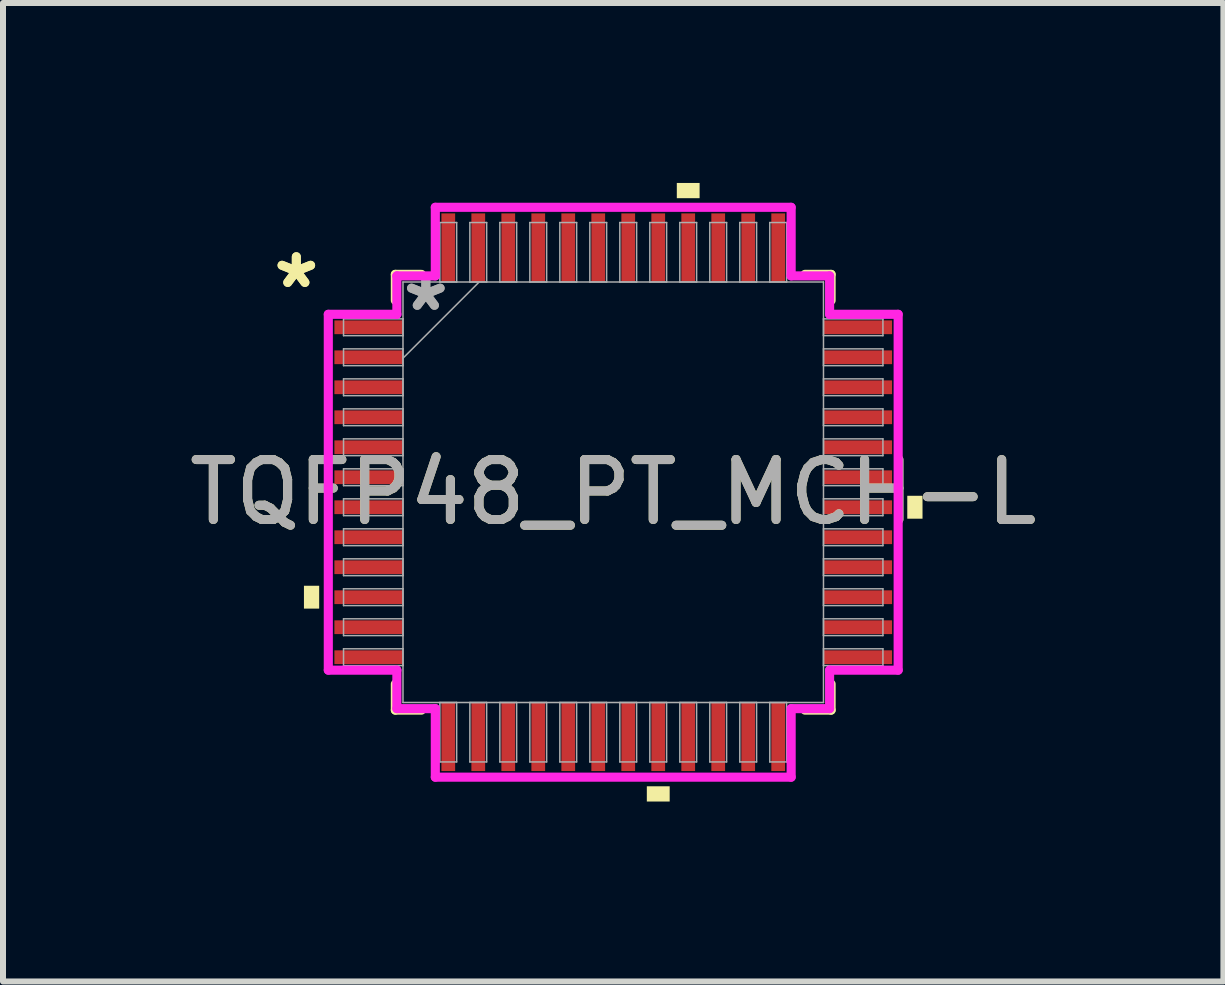
<source format=kicad_pcb>
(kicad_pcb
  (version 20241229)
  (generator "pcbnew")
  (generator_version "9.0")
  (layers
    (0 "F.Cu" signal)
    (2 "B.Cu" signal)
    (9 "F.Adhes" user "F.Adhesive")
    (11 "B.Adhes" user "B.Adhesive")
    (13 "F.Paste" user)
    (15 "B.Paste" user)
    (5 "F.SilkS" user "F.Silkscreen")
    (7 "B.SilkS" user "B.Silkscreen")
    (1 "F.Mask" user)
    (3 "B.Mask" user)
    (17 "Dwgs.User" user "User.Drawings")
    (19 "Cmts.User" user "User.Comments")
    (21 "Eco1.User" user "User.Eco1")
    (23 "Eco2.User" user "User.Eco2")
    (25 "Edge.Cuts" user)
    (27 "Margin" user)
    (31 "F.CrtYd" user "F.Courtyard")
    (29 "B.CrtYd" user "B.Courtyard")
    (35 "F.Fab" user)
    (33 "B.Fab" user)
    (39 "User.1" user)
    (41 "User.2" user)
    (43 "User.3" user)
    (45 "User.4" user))
  (footprint "TQFP48_PT_MCH-L"
    (layer "F.Cu")
    (at 7.173 5.156)
    (property "Reference" "TQFP48_PT_MCH-L" (at 0 0 0) (unlocked yes) (layer "F.SilkS") (effects (font (size 1 1) (thickness 0.15))))
    (attr smd)
    (fp_line (start -3.632 -3.632) (end -3.632 -3.197) (stroke (width 0.152) (type solid)) (layer "F.SilkS"))
    (fp_line (start -3.632 3.197) (end -3.632 3.632) (stroke (width 0.152) (type solid)) (layer "F.SilkS"))
    (fp_line (start -3.632 3.632) (end -3.197 3.632) (stroke (width 0.152) (type solid)) (layer "F.SilkS"))
    (fp_line (start -3.197 -3.632) (end -3.632 -3.632) (stroke (width 0.152) (type solid)) (layer "F.SilkS"))
    (fp_line (start 3.197 3.632) (end 3.632 3.632) (stroke (width 0.152) (type solid)) (layer "F.SilkS"))
    (fp_line (start 3.632 -3.632) (end 3.197 -3.632) (stroke (width 0.152) (type solid)) (layer "F.SilkS"))
    (fp_line (start 3.632 -3.197) (end 3.632 -3.632) (stroke (width 0.152) (type solid)) (layer "F.SilkS"))
    (fp_line (start 3.632 3.632) (end 3.632 3.197) (stroke (width 0.152) (type solid)) (layer "F.SilkS"))
    (fp_poly (pts (xy -5.156 1.559) (xy -5.156 1.94) (xy -4.902 1.94) (xy -4.902 1.559)) (stroke (width 0) (type solid)) (fill yes) (layer "F.SilkS"))
    (fp_poly (pts (xy 0.56 4.902) (xy 0.56 5.156) (xy 0.941 5.156) (xy 0.941 4.902)) (stroke (width 0) (type solid)) (fill yes) (layer "F.SilkS"))
    (fp_poly (pts (xy 1.06 -4.902) (xy 1.06 -5.156) (xy 1.44 -5.156) (xy 1.44 -4.902)) (stroke (width 0) (type solid)) (fill yes) (layer "F.SilkS"))
    (fp_poly (pts (xy 5.156 0.059) (xy 5.156 0.441) (xy 4.902 0.441) (xy 4.902 0.059)) (stroke (width 0) (type solid)) (fill yes) (layer "F.SilkS"))
    (fp_line (start -4.75 -2.966) (end -3.607 -2.966) (stroke (width 0.152) (type solid)) (layer "F.CrtYd"))
    (fp_line (start -4.75 2.966) (end -4.75 -2.966) (stroke (width 0.152) (type solid)) (layer "F.CrtYd"))
    (fp_line (start -3.607 -3.607) (end -2.966 -3.607) (stroke (width 0.152) (type solid)) (layer "F.CrtYd"))
    (fp_line (start -3.607 -2.966) (end -3.607 -3.607) (stroke (width 0.152) (type solid)) (layer "F.CrtYd"))
    (fp_line (start -3.607 2.966) (end -4.75 2.966) (stroke (width 0.152) (type solid)) (layer "F.CrtYd"))
    (fp_line (start -3.607 3.607) (end -3.607 2.966) (stroke (width 0.152) (type solid)) (layer "F.CrtYd"))
    (fp_line (start -3.607 3.607) (end -2.966 3.607) (stroke (width 0.152) (type solid)) (layer "F.CrtYd"))
    (fp_line (start -2.966 -4.75) (end 2.966 -4.75) (stroke (width 0.152) (type solid)) (layer "F.CrtYd"))
    (fp_line (start -2.966 -3.607) (end -2.966 -4.75) (stroke (width 0.152) (type solid)) (layer "F.CrtYd"))
    (fp_line (start -2.966 3.607) (end -2.966 4.75) (stroke (width 0.152) (type solid)) (layer "F.CrtYd"))
    (fp_line (start -2.966 4.75) (end 2.966 4.75) (stroke (width 0.152) (type solid)) (layer "F.CrtYd"))
    (fp_line (start 2.966 -4.75) (end 2.966 -3.607) (stroke (width 0.152) (type solid)) (layer "F.CrtYd"))
    (fp_line (start 2.966 -3.607) (end 3.607 -3.607) (stroke (width 0.152) (type solid)) (layer "F.CrtYd"))
    (fp_line (start 2.966 3.607) (end 3.607 3.607) (stroke (width 0.152) (type solid)) (layer "F.CrtYd"))
    (fp_line (start 2.966 4.75) (end 2.966 3.607) (stroke (width 0.152) (type solid)) (layer "F.CrtYd"))
    (fp_line (start 3.607 -2.966) (end 3.607 -3.607) (stroke (width 0.152) (type solid)) (layer "F.CrtYd"))
    (fp_line (start 3.607 2.966) (end 4.75 2.966) (stroke (width 0.152) (type solid)) (layer "F.CrtYd"))
    (fp_line (start 3.607 3.607) (end 3.607 2.966) (stroke (width 0.152) (type solid)) (layer "F.CrtYd"))
    (fp_line (start 4.75 -2.966) (end 3.607 -2.966) (stroke (width 0.152) (type solid)) (layer "F.CrtYd"))
    (fp_line (start 4.75 2.966) (end 4.75 -2.966) (stroke (width 0.152) (type solid)) (layer "F.CrtYd"))
    (fp_line (start -4.496 -2.89) (end -4.496 -2.61) (stroke (width 0.025) (type solid)) (layer "F.Fab"))
    (fp_line (start -4.496 -2.61) (end -3.505 -2.61) (stroke (width 0.025) (type solid)) (layer "F.Fab"))
    (fp_line (start -4.496 -2.39) (end -4.496 -2.11) (stroke (width 0.025) (type solid)) (layer "F.Fab"))
    (fp_line (start -4.496 -2.11) (end -3.505 -2.11) (stroke (width 0.025) (type solid)) (layer "F.Fab"))
    (fp_line (start -4.496 -1.89) (end -4.496 -1.61) (stroke (width 0.025) (type solid)) (layer "F.Fab"))
    (fp_line (start -4.496 -1.61) (end -3.505 -1.61) (stroke (width 0.025) (type solid)) (layer "F.Fab"))
    (fp_line (start -4.496 -1.39) (end -4.496 -1.11) (stroke (width 0.025) (type solid)) (layer "F.Fab"))
    (fp_line (start -4.496 -1.11) (end -3.505 -1.11) (stroke (width 0.025) (type solid)) (layer "F.Fab"))
    (fp_line (start -4.496 -0.89) (end -4.496 -0.61) (stroke (width 0.025) (type solid)) (layer "F.Fab"))
    (fp_line (start -4.496 -0.61) (end -3.505 -0.61) (stroke (width 0.025) (type solid)) (layer "F.Fab"))
    (fp_line (start -4.496 -0.39) (end -4.496 -0.11) (stroke (width 0.025) (type solid)) (layer "F.Fab"))
    (fp_line (start -4.496 -0.11) (end -3.505 -0.11) (stroke (width 0.025) (type solid)) (layer "F.Fab"))
    (fp_line (start -4.496 0.11) (end -4.496 0.39) (stroke (width 0.025) (type solid)) (layer "F.Fab"))
    (fp_line (start -4.496 0.39) (end -3.505 0.39) (stroke (width 0.025) (type solid)) (layer "F.Fab"))
    (fp_line (start -4.496 0.61) (end -4.496 0.89) (stroke (width 0.025) (type solid)) (layer "F.Fab"))
    (fp_line (start -4.496 0.89) (end -3.505 0.89) (stroke (width 0.025) (type solid)) (layer "F.Fab"))
    (fp_line (start -4.496 1.11) (end -4.496 1.39) (stroke (width 0.025) (type solid)) (layer "F.Fab"))
    (fp_line (start -4.496 1.39) (end -3.505 1.39) (stroke (width 0.025) (type solid)) (layer "F.Fab"))
    (fp_line (start -4.496 1.61) (end -4.496 1.89) (stroke (width 0.025) (type solid)) (layer "F.Fab"))
    (fp_line (start -4.496 1.89) (end -3.505 1.89) (stroke (width 0.025) (type solid)) (layer "F.Fab"))
    (fp_line (start -4.496 2.11) (end -4.496 2.39) (stroke (width 0.025) (type solid)) (layer "F.Fab"))
    (fp_line (start -4.496 2.39) (end -3.505 2.39) (stroke (width 0.025) (type solid)) (layer "F.Fab"))
    (fp_line (start -4.496 2.61) (end -4.496 2.89) (stroke (width 0.025) (type solid)) (layer "F.Fab"))
    (fp_line (start -4.496 2.89) (end -3.505 2.89) (stroke (width 0.025) (type solid)) (layer "F.Fab"))
    (fp_line (start -3.505 -3.505) (end -3.505 3.505) (stroke (width 0.025) (type solid)) (layer "F.Fab"))
    (fp_line (start -3.505 -2.89) (end -4.496 -2.89) (stroke (width 0.025) (type solid)) (layer "F.Fab"))
    (fp_line (start -3.505 -2.61) (end -3.505 -2.89) (stroke (width 0.025) (type solid)) (layer "F.Fab"))
    (fp_line (start -3.505 -2.39) (end -4.496 -2.39) (stroke (width 0.025) (type solid)) (layer "F.Fab"))
    (fp_line (start -3.505 -2.235) (end -2.235 -3.505) (stroke (width 0.025) (type solid)) (layer "F.Fab"))
    (fp_line (start -3.505 -2.11) (end -3.505 -2.39) (stroke (width 0.025) (type solid)) (layer "F.Fab"))
    (fp_line (start -3.505 -1.89) (end -4.496 -1.89) (stroke (width 0.025) (type solid)) (layer "F.Fab"))
    (fp_line (start -3.505 -1.61) (end -3.505 -1.89) (stroke (width 0.025) (type solid)) (layer "F.Fab"))
    (fp_line (start -3.505 -1.39) (end -4.496 -1.39) (stroke (width 0.025) (type solid)) (layer "F.Fab"))
    (fp_line (start -3.505 -1.11) (end -3.505 -1.39) (stroke (width 0.025) (type solid)) (layer "F.Fab"))
    (fp_line (start -3.505 -0.89) (end -4.496 -0.89) (stroke (width 0.025) (type solid)) (layer "F.Fab"))
    (fp_line (start -3.505 -0.61) (end -3.505 -0.89) (stroke (width 0.025) (type solid)) (layer "F.Fab"))
    (fp_line (start -3.505 -0.39) (end -4.496 -0.39) (stroke (width 0.025) (type solid)) (layer "F.Fab"))
    (fp_line (start -3.505 -0.11) (end -3.505 -0.39) (stroke (width 0.025) (type solid)) (layer "F.Fab"))
    (fp_line (start -3.505 0.11) (end -4.496 0.11) (stroke (width 0.025) (type solid)) (layer "F.Fab"))
    (fp_line (start -3.505 0.39) (end -3.505 0.11) (stroke (width 0.025) (type solid)) (layer "F.Fab"))
    (fp_line (start -3.505 0.61) (end -4.496 0.61) (stroke (width 0.025) (type solid)) (layer "F.Fab"))
    (fp_line (start -3.505 0.89) (end -3.505 0.61) (stroke (width 0.025) (type solid)) (layer "F.Fab"))
    (fp_line (start -3.505 1.11) (end -4.496 1.11) (stroke (width 0.025) (type solid)) (layer "F.Fab"))
    (fp_line (start -3.505 1.39) (end -3.505 1.11) (stroke (width 0.025) (type solid)) (layer "F.Fab"))
    (fp_line (start -3.505 1.61) (end -4.496 1.61) (stroke (width 0.025) (type solid)) (layer "F.Fab"))
    (fp_line (start -3.505 1.89) (end -3.505 1.61) (stroke (width 0.025) (type solid)) (layer "F.Fab"))
    (fp_line (start -3.505 2.11) (end -4.496 2.11) (stroke (width 0.025) (type solid)) (layer "F.Fab"))
    (fp_line (start -3.505 2.39) (end -3.505 2.11) (stroke (width 0.025) (type solid)) (layer "F.Fab"))
    (fp_line (start -3.505 2.61) (end -4.496 2.61) (stroke (width 0.025) (type solid)) (layer "F.Fab"))
    (fp_line (start -3.505 2.89) (end -3.505 2.61) (stroke (width 0.025) (type solid)) (layer "F.Fab"))
    (fp_line (start -3.505 3.505) (end 3.505 3.505) (stroke (width 0.025) (type solid)) (layer "F.Fab"))
    (fp_line (start -2.89 -4.496) (end -2.89 -3.505) (stroke (width 0.025) (type solid)) (layer "F.Fab"))
    (fp_line (start -2.89 -3.505) (end -2.61 -3.505) (stroke (width 0.025) (type solid)) (layer "F.Fab"))
    (fp_line (start -2.89 3.505) (end -2.89 4.496) (stroke (width 0.025) (type solid)) (layer "F.Fab"))
    (fp_line (start -2.89 4.496) (end -2.61 4.496) (stroke (width 0.025) (type solid)) (layer "F.Fab"))
    (fp_line (start -2.61 -4.496) (end -2.89 -4.496) (stroke (width 0.025) (type solid)) (layer "F.Fab"))
    (fp_line (start -2.61 -3.505) (end -2.61 -4.496) (stroke (width 0.025) (type solid)) (layer "F.Fab"))
    (fp_line (start -2.61 3.505) (end -2.89 3.505) (stroke (width 0.025) (type solid)) (layer "F.Fab"))
    (fp_line (start -2.61 4.496) (end -2.61 3.505) (stroke (width 0.025) (type solid)) (layer "F.Fab"))
    (fp_line (start -2.39 -4.496) (end -2.39 -3.505) (stroke (width 0.025) (type solid)) (layer "F.Fab"))
    (fp_line (start -2.39 -3.505) (end -2.11 -3.505) (stroke (width 0.025) (type solid)) (layer "F.Fab"))
    (fp_line (start -2.39 3.505) (end -2.39 4.496) (stroke (width 0.025) (type solid)) (layer "F.Fab"))
    (fp_line (start -2.39 4.496) (end -2.11 4.496) (stroke (width 0.025) (type solid)) (layer "F.Fab"))
    (fp_line (start -2.11 -4.496) (end -2.39 -4.496) (stroke (width 0.025) (type solid)) (layer "F.Fab"))
    (fp_line (start -2.11 -3.505) (end -2.11 -4.496) (stroke (width 0.025) (type solid)) (layer "F.Fab"))
    (fp_line (start -2.11 3.505) (end -2.39 3.505) (stroke (width 0.025) (type solid)) (layer "F.Fab"))
    (fp_line (start -2.11 4.496) (end -2.11 3.505) (stroke (width 0.025) (type solid)) (layer "F.Fab"))
    (fp_line (start -1.89 -4.496) (end -1.89 -3.505) (stroke (width 0.025) (type solid)) (layer "F.Fab"))
    (fp_line (start -1.89 -3.505) (end -1.61 -3.505) (stroke (width 0.025) (type solid)) (layer "F.Fab"))
    (fp_line (start -1.89 3.505) (end -1.89 4.496) (stroke (width 0.025) (type solid)) (layer "F.Fab"))
    (fp_line (start -1.89 4.496) (end -1.61 4.496) (stroke (width 0.025) (type solid)) (layer "F.Fab"))
    (fp_line (start -1.61 -4.496) (end -1.89 -4.496) (stroke (width 0.025) (type solid)) (layer "F.Fab"))
    (fp_line (start -1.61 -3.505) (end -1.61 -4.496) (stroke (width 0.025) (type solid)) (layer "F.Fab"))
    (fp_line (start -1.61 3.505) (end -1.89 3.505) (stroke (width 0.025) (type solid)) (layer "F.Fab"))
    (fp_line (start -1.61 4.496) (end -1.61 3.505) (stroke (width 0.025) (type solid)) (layer "F.Fab"))
    (fp_line (start -1.39 -4.496) (end -1.39 -3.505) (stroke (width 0.025) (type solid)) (layer "F.Fab"))
    (fp_line (start -1.39 -3.505) (end -1.11 -3.505) (stroke (width 0.025) (type solid)) (layer "F.Fab"))
    (fp_line (start -1.39 3.505) (end -1.39 4.496) (stroke (width 0.025) (type solid)) (layer "F.Fab"))
    (fp_line (start -1.39 4.496) (end -1.11 4.496) (stroke (width 0.025) (type solid)) (layer "F.Fab"))
    (fp_line (start -1.11 -4.496) (end -1.39 -4.496) (stroke (width 0.025) (type solid)) (layer "F.Fab"))
    (fp_line (start -1.11 -3.505) (end -1.11 -4.496) (stroke (width 0.025) (type solid)) (layer "F.Fab"))
    (fp_line (start -1.11 3.505) (end -1.39 3.505) (stroke (width 0.025) (type solid)) (layer "F.Fab"))
    (fp_line (start -1.11 4.496) (end -1.11 3.505) (stroke (width 0.025) (type solid)) (layer "F.Fab"))
    (fp_line (start -0.89 -4.496) (end -0.89 -3.505) (stroke (width 0.025) (type solid)) (layer "F.Fab"))
    (fp_line (start -0.89 -3.505) (end -0.61 -3.505) (stroke (width 0.025) (type solid)) (layer "F.Fab"))
    (fp_line (start -0.89 3.505) (end -0.89 4.496) (stroke (width 0.025) (type solid)) (layer "F.Fab"))
    (fp_line (start -0.89 4.496) (end -0.61 4.496) (stroke (width 0.025) (type solid)) (layer "F.Fab"))
    (fp_line (start -0.61 -4.496) (end -0.89 -4.496) (stroke (width 0.025) (type solid)) (layer "F.Fab"))
    (fp_line (start -0.61 -3.505) (end -0.61 -4.496) (stroke (width 0.025) (type solid)) (layer "F.Fab"))
    (fp_line (start -0.61 3.505) (end -0.89 3.505) (stroke (width 0.025) (type solid)) (layer "F.Fab"))
    (fp_line (start -0.61 4.496) (end -0.61 3.505) (stroke (width 0.025) (type solid)) (layer "F.Fab"))
    (fp_line (start -0.39 -4.496) (end -0.39 -3.505) (stroke (width 0.025) (type solid)) (layer "F.Fab"))
    (fp_line (start -0.39 -3.505) (end -0.11 -3.505) (stroke (width 0.025) (type solid)) (layer "F.Fab"))
    (fp_line (start -0.39 3.505) (end -0.39 4.496) (stroke (width 0.025) (type solid)) (layer "F.Fab"))
    (fp_line (start -0.39 4.496) (end -0.11 4.496) (stroke (width 0.025) (type solid)) (layer "F.Fab"))
    (fp_line (start -0.11 -4.496) (end -0.39 -4.496) (stroke (width 0.025) (type solid)) (layer "F.Fab"))
    (fp_line (start -0.11 -3.505) (end -0.11 -4.496) (stroke (width 0.025) (type solid)) (layer "F.Fab"))
    (fp_line (start -0.11 3.505) (end -0.39 3.505) (stroke (width 0.025) (type solid)) (layer "F.Fab"))
    (fp_line (start -0.11 4.496) (end -0.11 3.505) (stroke (width 0.025) (type solid)) (layer "F.Fab"))
    (fp_line (start 0.11 -4.496) (end 0.11 -3.505) (stroke (width 0.025) (type solid)) (layer "F.Fab"))
    (fp_line (start 0.11 -3.505) (end 0.39 -3.505) (stroke (width 0.025) (type solid)) (layer "F.Fab"))
    (fp_line (start 0.11 3.505) (end 0.11 4.496) (stroke (width 0.025) (type solid)) (layer "F.Fab"))
    (fp_line (start 0.11 4.496) (end 0.39 4.496) (stroke (width 0.025) (type solid)) (layer "F.Fab"))
    (fp_line (start 0.39 -4.496) (end 0.11 -4.496) (stroke (width 0.025) (type solid)) (layer "F.Fab"))
    (fp_line (start 0.39 -3.505) (end 0.39 -4.496) (stroke (width 0.025) (type solid)) (layer "F.Fab"))
    (fp_line (start 0.39 3.505) (end 0.11 3.505) (stroke (width 0.025) (type solid)) (layer "F.Fab"))
    (fp_line (start 0.39 4.496) (end 0.39 3.505) (stroke (width 0.025) (type solid)) (layer "F.Fab"))
    (fp_line (start 0.61 -4.496) (end 0.61 -3.505) (stroke (width 0.025) (type solid)) (layer "F.Fab"))
    (fp_line (start 0.61 -3.505) (end 0.89 -3.505) (stroke (width 0.025) (type solid)) (layer "F.Fab"))
    (fp_line (start 0.61 3.505) (end 0.61 4.496) (stroke (width 0.025) (type solid)) (layer "F.Fab"))
    (fp_line (start 0.61 4.496) (end 0.89 4.496) (stroke (width 0.025) (type solid)) (layer "F.Fab"))
    (fp_line (start 0.89 -4.496) (end 0.61 -4.496) (stroke (width 0.025) (type solid)) (layer "F.Fab"))
    (fp_line (start 0.89 -3.505) (end 0.89 -4.496) (stroke (width 0.025) (type solid)) (layer "F.Fab"))
    (fp_line (start 0.89 3.505) (end 0.61 3.505) (stroke (width 0.025) (type solid)) (layer "F.Fab"))
    (fp_line (start 0.89 4.496) (end 0.89 3.505) (stroke (width 0.025) (type solid)) (layer "F.Fab"))
    (fp_line (start 1.11 -4.496) (end 1.11 -3.505) (stroke (width 0.025) (type solid)) (layer "F.Fab"))
    (fp_line (start 1.11 -3.505) (end 1.39 -3.505) (stroke (width 0.025) (type solid)) (layer "F.Fab"))
    (fp_line (start 1.11 3.505) (end 1.11 4.496) (stroke (width 0.025) (type solid)) (layer "F.Fab"))
    (fp_line (start 1.11 4.496) (end 1.39 4.496) (stroke (width 0.025) (type solid)) (layer "F.Fab"))
    (fp_line (start 1.39 -4.496) (end 1.11 -4.496) (stroke (width 0.025) (type solid)) (layer "F.Fab"))
    (fp_line (start 1.39 -3.505) (end 1.39 -4.496) (stroke (width 0.025) (type solid)) (layer "F.Fab"))
    (fp_line (start 1.39 3.505) (end 1.11 3.505) (stroke (width 0.025) (type solid)) (layer "F.Fab"))
    (fp_line (start 1.39 4.496) (end 1.39 3.505) (stroke (width 0.025) (type solid)) (layer "F.Fab"))
    (fp_line (start 1.61 -4.496) (end 1.61 -3.505) (stroke (width 0.025) (type solid)) (layer "F.Fab"))
    (fp_line (start 1.61 -3.505) (end 1.89 -3.505) (stroke (width 0.025) (type solid)) (layer "F.Fab"))
    (fp_line (start 1.61 3.505) (end 1.61 4.496) (stroke (width 0.025) (type solid)) (layer "F.Fab"))
    (fp_line (start 1.61 4.496) (end 1.89 4.496) (stroke (width 0.025) (type solid)) (layer "F.Fab"))
    (fp_line (start 1.89 -4.496) (end 1.61 -4.496) (stroke (width 0.025) (type solid)) (layer "F.Fab"))
    (fp_line (start 1.89 -3.505) (end 1.89 -4.496) (stroke (width 0.025) (type solid)) (layer "F.Fab"))
    (fp_line (start 1.89 3.505) (end 1.61 3.505) (stroke (width 0.025) (type solid)) (layer "F.Fab"))
    (fp_line (start 1.89 4.496) (end 1.89 3.505) (stroke (width 0.025) (type solid)) (layer "F.Fab"))
    (fp_line (start 2.11 -4.496) (end 2.11 -3.505) (stroke (width 0.025) (type solid)) (layer "F.Fab"))
    (fp_line (start 2.11 -3.505) (end 2.39 -3.505) (stroke (width 0.025) (type solid)) (layer "F.Fab"))
    (fp_line (start 2.11 3.505) (end 2.11 4.496) (stroke (width 0.025) (type solid)) (layer "F.Fab"))
    (fp_line (start 2.11 4.496) (end 2.39 4.496) (stroke (width 0.025) (type solid)) (layer "F.Fab"))
    (fp_line (start 2.39 -4.496) (end 2.11 -4.496) (stroke (width 0.025) (type solid)) (layer "F.Fab"))
    (fp_line (start 2.39 -3.505) (end 2.39 -4.496) (stroke (width 0.025) (type solid)) (layer "F.Fab"))
    (fp_line (start 2.39 3.505) (end 2.11 3.505) (stroke (width 0.025) (type solid)) (layer "F.Fab"))
    (fp_line (start 2.39 4.496) (end 2.39 3.505) (stroke (width 0.025) (type solid)) (layer "F.Fab"))
    (fp_line (start 2.61 -4.496) (end 2.61 -3.505) (stroke (width 0.025) (type solid)) (layer "F.Fab"))
    (fp_line (start 2.61 -3.505) (end 2.89 -3.505) (stroke (width 0.025) (type solid)) (layer "F.Fab"))
    (fp_line (start 2.61 3.505) (end 2.61 4.496) (stroke (width 0.025) (type solid)) (layer "F.Fab"))
    (fp_line (start 2.61 4.496) (end 2.89 4.496) (stroke (width 0.025) (type solid)) (layer "F.Fab"))
    (fp_line (start 2.89 -4.496) (end 2.61 -4.496) (stroke (width 0.025) (type solid)) (layer "F.Fab"))
    (fp_line (start 2.89 -3.505) (end 2.89 -4.496) (stroke (width 0.025) (type solid)) (layer "F.Fab"))
    (fp_line (start 2.89 3.505) (end 2.61 3.505) (stroke (width 0.025) (type solid)) (layer "F.Fab"))
    (fp_line (start 2.89 4.496) (end 2.89 3.505) (stroke (width 0.025) (type solid)) (layer "F.Fab"))
    (fp_line (start 3.505 -3.505) (end -3.505 -3.505) (stroke (width 0.025) (type solid)) (layer "F.Fab"))
    (fp_line (start 3.505 -2.89) (end 3.505 -2.61) (stroke (width 0.025) (type solid)) (layer "F.Fab"))
    (fp_line (start 3.505 -2.61) (end 4.496 -2.61) (stroke (width 0.025) (type solid)) (layer "F.Fab"))
    (fp_line (start 3.505 -2.39) (end 3.505 -2.11) (stroke (width 0.025) (type solid)) (layer "F.Fab"))
    (fp_line (start 3.505 -2.11) (end 4.496 -2.11) (stroke (width 0.025) (type solid)) (layer "F.Fab"))
    (fp_line (start 3.505 -1.89) (end 3.505 -1.61) (stroke (width 0.025) (type solid)) (layer "F.Fab"))
    (fp_line (start 3.505 -1.61) (end 4.496 -1.61) (stroke (width 0.025) (type solid)) (layer "F.Fab"))
    (fp_line (start 3.505 -1.39) (end 3.505 -1.11) (stroke (width 0.025) (type solid)) (layer "F.Fab"))
    (fp_line (start 3.505 -1.11) (end 4.496 -1.11) (stroke (width 0.025) (type solid)) (layer "F.Fab"))
    (fp_line (start 3.505 -0.89) (end 3.505 -0.61) (stroke (width 0.025) (type solid)) (layer "F.Fab"))
    (fp_line (start 3.505 -0.61) (end 4.496 -0.61) (stroke (width 0.025) (type solid)) (layer "F.Fab"))
    (fp_line (start 3.505 -0.39) (end 3.505 -0.11) (stroke (width 0.025) (type solid)) (layer "F.Fab"))
    (fp_line (start 3.505 -0.11) (end 4.496 -0.11) (stroke (width 0.025) (type solid)) (layer "F.Fab"))
    (fp_line (start 3.505 0.11) (end 3.505 0.39) (stroke (width 0.025) (type solid)) (layer "F.Fab"))
    (fp_line (start 3.505 0.39) (end 4.496 0.39) (stroke (width 0.025) (type solid)) (layer "F.Fab"))
    (fp_line (start 3.505 0.61) (end 3.505 0.89) (stroke (width 0.025) (type solid)) (layer "F.Fab"))
    (fp_line (start 3.505 0.89) (end 4.496 0.89) (stroke (width 0.025) (type solid)) (layer "F.Fab"))
    (fp_line (start 3.505 1.11) (end 3.505 1.39) (stroke (width 0.025) (type solid)) (layer "F.Fab"))
    (fp_line (start 3.505 1.39) (end 4.496 1.39) (stroke (width 0.025) (type solid)) (layer "F.Fab"))
    (fp_line (start 3.505 1.61) (end 3.505 1.89) (stroke (width 0.025) (type solid)) (layer "F.Fab"))
    (fp_line (start 3.505 1.89) (end 4.496 1.89) (stroke (width 0.025) (type solid)) (layer "F.Fab"))
    (fp_line (start 3.505 2.11) (end 3.505 2.39) (stroke (width 0.025) (type solid)) (layer "F.Fab"))
    (fp_line (start 3.505 2.39) (end 4.496 2.39) (stroke (width 0.025) (type solid)) (layer "F.Fab"))
    (fp_line (start 3.505 2.61) (end 3.505 2.89) (stroke (width 0.025) (type solid)) (layer "F.Fab"))
    (fp_line (start 3.505 2.89) (end 4.496 2.89) (stroke (width 0.025) (type solid)) (layer "F.Fab"))
    (fp_line (start 3.505 3.505) (end 3.505 -3.505) (stroke (width 0.025) (type solid)) (layer "F.Fab"))
    (fp_line (start 4.496 -2.89) (end 3.505 -2.89) (stroke (width 0.025) (type solid)) (layer "F.Fab"))
    (fp_line (start 4.496 -2.61) (end 4.496 -2.89) (stroke (width 0.025) (type solid)) (layer "F.Fab"))
    (fp_line (start 4.496 -2.39) (end 3.505 -2.39) (stroke (width 0.025) (type solid)) (layer "F.Fab"))
    (fp_line (start 4.496 -2.11) (end 4.496 -2.39) (stroke (width 0.025) (type solid)) (layer "F.Fab"))
    (fp_line (start 4.496 -1.89) (end 3.505 -1.89) (stroke (width 0.025) (type solid)) (layer "F.Fab"))
    (fp_line (start 4.496 -1.61) (end 4.496 -1.89) (stroke (width 0.025) (type solid)) (layer "F.Fab"))
    (fp_line (start 4.496 -1.39) (end 3.505 -1.39) (stroke (width 0.025) (type solid)) (layer "F.Fab"))
    (fp_line (start 4.496 -1.11) (end 4.496 -1.39) (stroke (width 0.025) (type solid)) (layer "F.Fab"))
    (fp_line (start 4.496 -0.89) (end 3.505 -0.89) (stroke (width 0.025) (type solid)) (layer "F.Fab"))
    (fp_line (start 4.496 -0.61) (end 4.496 -0.89) (stroke (width 0.025) (type solid)) (layer "F.Fab"))
    (fp_line (start 4.496 -0.39) (end 3.505 -0.39) (stroke (width 0.025) (type solid)) (layer "F.Fab"))
    (fp_line (start 4.496 -0.11) (end 4.496 -0.39) (stroke (width 0.025) (type solid)) (layer "F.Fab"))
    (fp_line (start 4.496 0.11) (end 3.505 0.11) (stroke (width 0.025) (type solid)) (layer "F.Fab"))
    (fp_line (start 4.496 0.39) (end 4.496 0.11) (stroke (width 0.025) (type solid)) (layer "F.Fab"))
    (fp_line (start 4.496 0.61) (end 3.505 0.61) (stroke (width 0.025) (type solid)) (layer "F.Fab"))
    (fp_line (start 4.496 0.89) (end 4.496 0.61) (stroke (width 0.025) (type solid)) (layer "F.Fab"))
    (fp_line (start 4.496 1.11) (end 3.505 1.11) (stroke (width 0.025) (type solid)) (layer "F.Fab"))
    (fp_line (start 4.496 1.39) (end 4.496 1.11) (stroke (width 0.025) (type solid)) (layer "F.Fab"))
    (fp_line (start 4.496 1.61) (end 3.505 1.61) (stroke (width 0.025) (type solid)) (layer "F.Fab"))
    (fp_line (start 4.496 1.89) (end 4.496 1.61) (stroke (width 0.025) (type solid)) (layer "F.Fab"))
    (fp_line (start 4.496 2.11) (end 3.505 2.11) (stroke (width 0.025) (type solid)) (layer "F.Fab"))
    (fp_line (start 4.496 2.39) (end 4.496 2.11) (stroke (width 0.025) (type solid)) (layer "F.Fab"))
    (fp_line (start 4.496 2.61) (end 3.505 2.61) (stroke (width 0.025) (type solid)) (layer "F.Fab"))
    (fp_line (start 4.496 2.89) (end 4.496 2.61) (stroke (width 0.025) (type solid)) (layer "F.Fab"))
    (fp_text user "*" (at -5.283 -3.381 0) (layer "F.SilkS") (effects (font (size 1 1) (thickness 0.15))))
    (fp_text user "*" (at -5.283 -3.381 0) (unlocked yes) (layer "F.SilkS") (effects (font (size 1 1) (thickness 0.15))))
    (fp_text user "${REFERENCE}" (at 0 0 0) (unlocked yes) (layer "F.Fab") (effects (font (size 1 1) (thickness 0.15))))
    (fp_text user "*" (at -3.124 -3 0) (unlocked yes) (layer "F.Fab") (effects (font (size 1 1) (thickness 0.15))))
    (fp_text user "*" (at -3.124 -3 0) (layer "F.Fab") (effects (font (size 1 1) (thickness 0.15))))
    (pad "1" smd rect (at -4.077 -2.75 90) (size 0.229 1.143) (layers "F.Cu" "F.Mask" "F.Paste"))
    (pad "2" smd rect (at -4.077 -2.25 90) (size 0.229 1.143) (layers "F.Cu" "F.Mask" "F.Paste"))
    (pad "3" smd rect (at -4.077 -1.75 90) (size 0.229 1.143) (layers "F.Cu" "F.Mask" "F.Paste"))
    (pad "4" smd rect (at -4.077 -1.25 90) (size 0.229 1.143) (layers "F.Cu" "F.Mask" "F.Paste"))
    (pad "5" smd rect (at -4.077 -0.75 90) (size 0.229 1.143) (layers "F.Cu" "F.Mask" "F.Paste"))
    (pad "6" smd rect (at -4.077 -0.25 90) (size 0.229 1.143) (layers "F.Cu" "F.Mask" "F.Paste"))
    (pad "7" smd rect (at -4.077 0.25 90) (size 0.229 1.143) (layers "F.Cu" "F.Mask" "F.Paste"))
    (pad "8" smd rect (at -4.077 0.75 90) (size 0.229 1.143) (layers "F.Cu" "F.Mask" "F.Paste"))
    (pad "9" smd rect (at -4.077 1.25 90) (size 0.229 1.143) (layers "F.Cu" "F.Mask" "F.Paste"))
    (pad "10" smd rect (at -4.077 1.75 90) (size 0.229 1.143) (layers "F.Cu" "F.Mask" "F.Paste"))
    (pad "11" smd rect (at -4.077 2.25 90) (size 0.229 1.143) (layers "F.Cu" "F.Mask" "F.Paste"))
    (pad "12" smd rect (at -4.077 2.75 90) (size 0.229 1.143) (layers "F.Cu" "F.Mask" "F.Paste"))
    (pad "13" smd rect (at -2.75 4.077) (size 0.229 1.143) (layers "F.Cu" "F.Mask" "F.Paste"))
    (pad "14" smd rect (at -2.25 4.077) (size 0.229 1.143) (layers "F.Cu" "F.Mask" "F.Paste"))
    (pad "15" smd rect (at -1.75 4.077) (size 0.229 1.143) (layers "F.Cu" "F.Mask" "F.Paste"))
    (pad "16" smd rect (at -1.25 4.077) (size 0.229 1.143) (layers "F.Cu" "F.Mask" "F.Paste"))
    (pad "17" smd rect (at -0.75 4.077) (size 0.229 1.143) (layers "F.Cu" "F.Mask" "F.Paste"))
    (pad "18" smd rect (at -0.25 4.077) (size 0.229 1.143) (layers "F.Cu" "F.Mask" "F.Paste"))
    (pad "19" smd rect (at 0.25 4.077) (size 0.229 1.143) (layers "F.Cu" "F.Mask" "F.Paste"))
    (pad "20" smd rect (at 0.75 4.077) (size 0.229 1.143) (layers "F.Cu" "F.Mask" "F.Paste"))
    (pad "21" smd rect (at 1.25 4.077) (size 0.229 1.143) (layers "F.Cu" "F.Mask" "F.Paste"))
    (pad "22" smd rect (at 1.75 4.077) (size 0.229 1.143) (layers "F.Cu" "F.Mask" "F.Paste"))
    (pad "23" smd rect (at 2.25 4.077) (size 0.229 1.143) (layers "F.Cu" "F.Mask" "F.Paste"))
    (pad "24" smd rect (at 2.75 4.077) (size 0.229 1.143) (layers "F.Cu" "F.Mask" "F.Paste"))
    (pad "25" smd rect (at 4.077 2.75 90) (size 0.229 1.143) (layers "F.Cu" "F.Mask" "F.Paste"))
    (pad "26" smd rect (at 4.077 2.25 90) (size 0.229 1.143) (layers "F.Cu" "F.Mask" "F.Paste"))
    (pad "27" smd rect (at 4.077 1.75 90) (size 0.229 1.143) (layers "F.Cu" "F.Mask" "F.Paste"))
    (pad "28" smd rect (at 4.077 1.25 90) (size 0.229 1.143) (layers "F.Cu" "F.Mask" "F.Paste"))
    (pad "29" smd rect (at 4.077 0.75 90) (size 0.229 1.143) (layers "F.Cu" "F.Mask" "F.Paste"))
    (pad "30" smd rect (at 4.077 0.25 90) (size 0.229 1.143) (layers "F.Cu" "F.Mask" "F.Paste"))
    (pad "31" smd rect (at 4.077 -0.25 90) (size 0.229 1.143) (layers "F.Cu" "F.Mask" "F.Paste"))
    (pad "32" smd rect (at 4.077 -0.75 90) (size 0.229 1.143) (layers "F.Cu" "F.Mask" "F.Paste"))
    (pad "33" smd rect (at 4.077 -1.25 90) (size 0.229 1.143) (layers "F.Cu" "F.Mask" "F.Paste"))
    (pad "34" smd rect (at 4.077 -1.75 90) (size 0.229 1.143) (layers "F.Cu" "F.Mask" "F.Paste"))
    (pad "35" smd rect (at 4.077 -2.25 90) (size 0.229 1.143) (layers "F.Cu" "F.Mask" "F.Paste"))
    (pad "36" smd rect (at 4.077 -2.75 90) (size 0.229 1.143) (layers "F.Cu" "F.Mask" "F.Paste"))
    (pad "37" smd rect (at 2.75 -4.077) (size 0.229 1.143) (layers "F.Cu" "F.Mask" "F.Paste"))
    (pad "38" smd rect (at 2.25 -4.077) (size 0.229 1.143) (layers "F.Cu" "F.Mask" "F.Paste"))
    (pad "39" smd rect (at 1.75 -4.077) (size 0.229 1.143) (layers "F.Cu" "F.Mask" "F.Paste"))
    (pad "40" smd rect (at 1.25 -4.077) (size 0.229 1.143) (layers "F.Cu" "F.Mask" "F.Paste"))
    (pad "41" smd rect (at 0.75 -4.077) (size 0.229 1.143) (layers "F.Cu" "F.Mask" "F.Paste"))
    (pad "42" smd rect (at 0.25 -4.077) (size 0.229 1.143) (layers "F.Cu" "F.Mask" "F.Paste"))
    (pad "43" smd rect (at -0.25 -4.077) (size 0.229 1.143) (layers "F.Cu" "F.Mask" "F.Paste"))
    (pad "44" smd rect (at -0.75 -4.077) (size 0.229 1.143) (layers "F.Cu" "F.Mask" "F.Paste"))
    (pad "45" smd rect (at -1.25 -4.077) (size 0.229 1.143) (layers "F.Cu" "F.Mask" "F.Paste"))
    (pad "46" smd rect (at -1.75 -4.077) (size 0.229 1.143) (layers "F.Cu" "F.Mask" "F.Paste"))
    (pad "47" smd rect (at -2.25 -4.077) (size 0.229 1.143) (layers "F.Cu" "F.Mask" "F.Paste"))
    (pad "48" smd rect (at -2.75 -4.077) (size 0.229 1.143) (layers "F.Cu" "F.Mask" "F.Paste")))
  (gr_rect
    (start -3 -3)
    (end 17.345 13.312)
    (stroke (width 0.1) (type default))
    (fill no)
    (layer "Edge.Cuts")))
</source>
